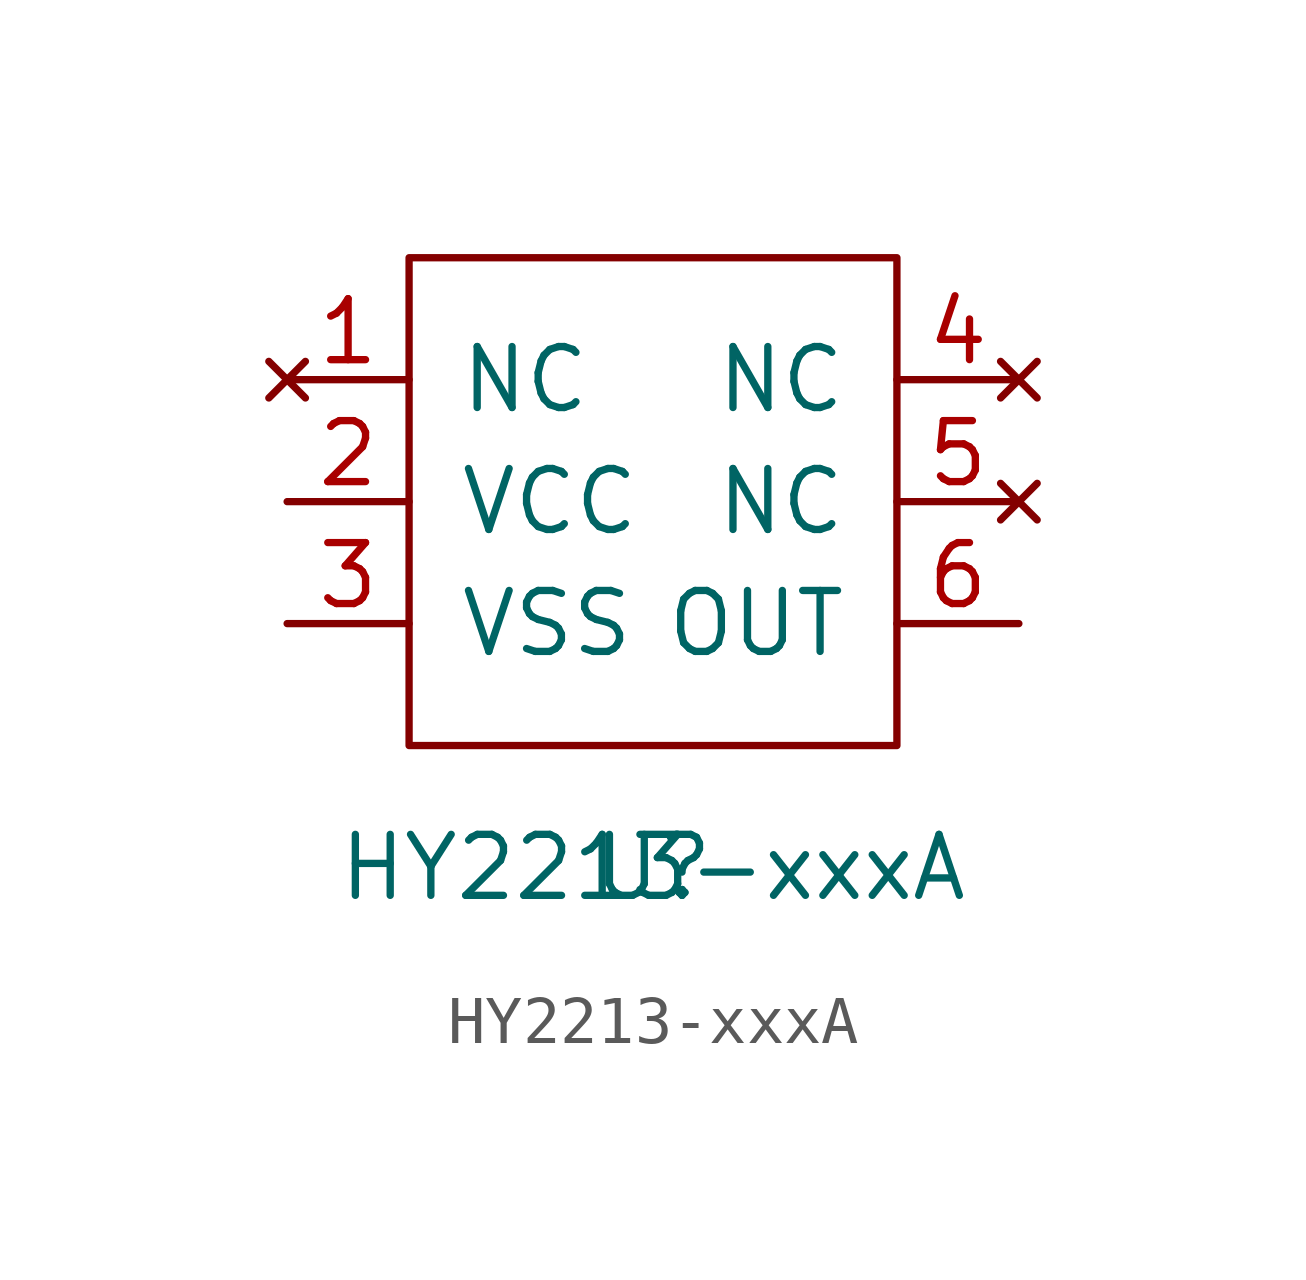
<source format=kicad_sym>
(kicad_symbol_lib
  (version 20220914)
  (generator kicad_symbol_editor)
  (symbol "HY2213-xxxA"
    (pin_names
      (offset 1.016))
    (property "Reference" "U"
      (at 0 0 0)
      (effects (font (size 1.27 1.27))))
    (property "Value" "HY2213-xxxA"
      (at 0 0 0)
      (effects (font (size 1.27 1.27))))
    (symbol "HY2213-xxxA_1_1"
      (rectangle (start -5.08 12.7) (end 5.08 2.54) (stroke (width 0) (type solid)) (fill (type none)))
      (pin no_connect line (at -7.62 10.16 0) (length 2.54) (name "NC" (effects (font (size 1.27 1.27)))) (number "1" (effects (font (size 1.27 1.27)))))
      (pin power_in line (at -7.62 7.62 0) (length 2.54) (name "VCC" (effects (font (size 1.27 1.27)))) (number "2" (effects (font (size 1.27 1.27)))))
      (pin power_in line (at -7.62 5.08 0) (length 2.54) (name "VSS" (effects (font (size 1.27 1.27)))) (number "3" (effects (font (size 1.27 1.27)))))
      (pin no_connect line (at 7.62 10.16 180) (length 2.54) (name "NC" (effects (font (size 1.27 1.27)))) (number "4" (effects (font (size 1.27 1.27)))))
      (pin no_connect line (at 7.62 7.62 180) (length 2.54) (name "NC" (effects (font (size 1.27 1.27)))) (number "5" (effects (font (size 1.27 1.27)))))
      (pin output line (at 7.62 5.08 180) (length 2.54) (name "OUT" (effects (font (size 1.27 1.27)))) (number "6" (effects (font (size 1.27 1.27))))))))
</source>
